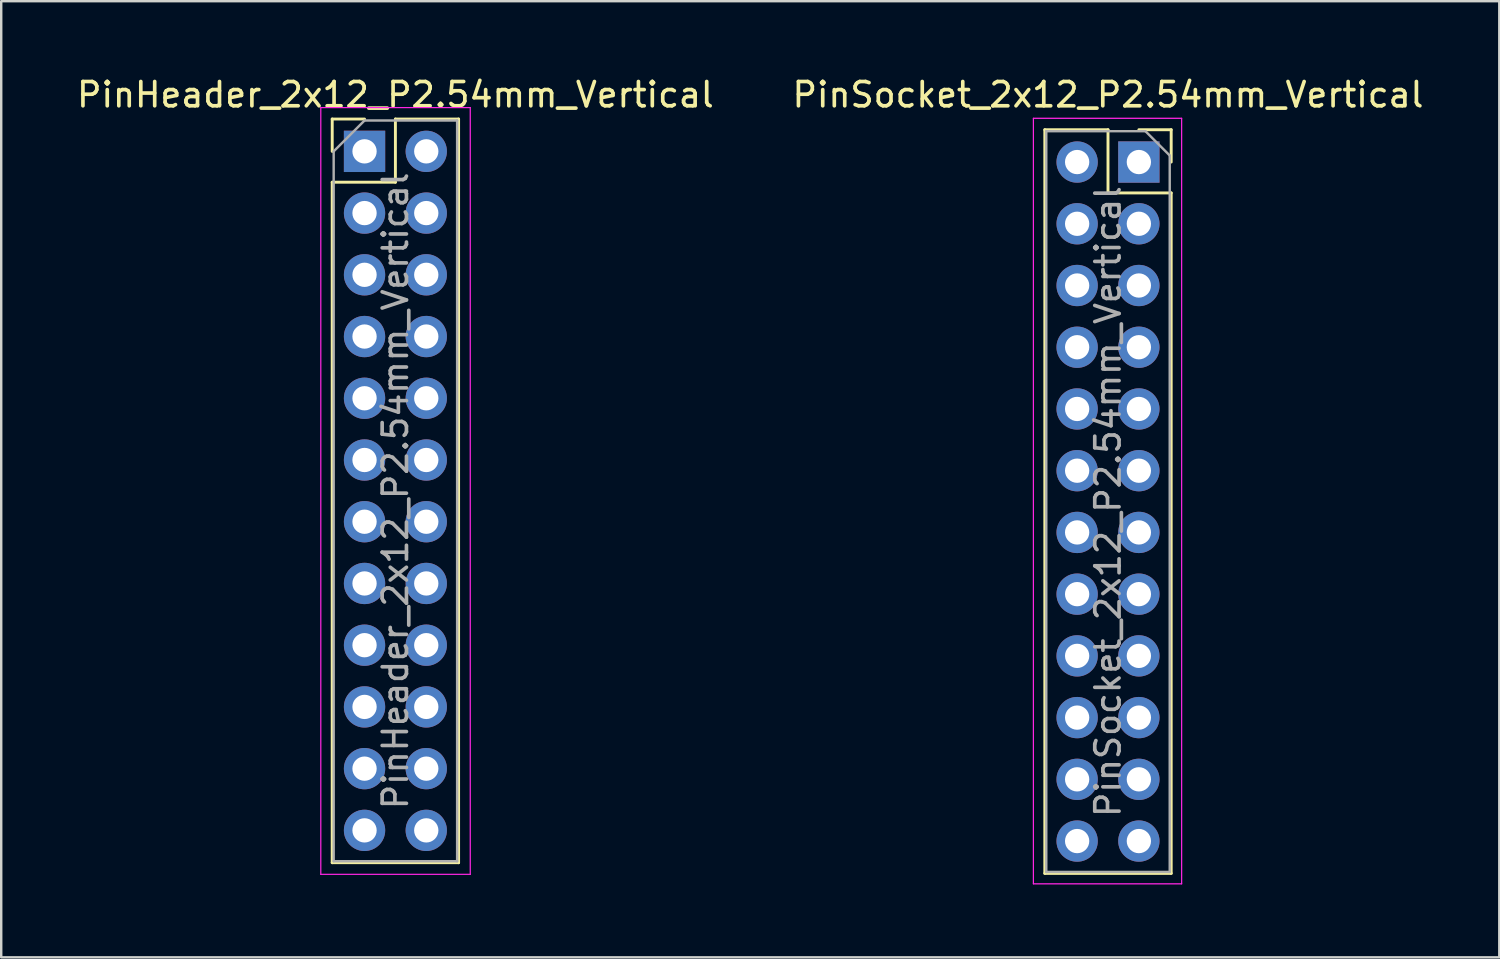
<source format=kicad_pcb>
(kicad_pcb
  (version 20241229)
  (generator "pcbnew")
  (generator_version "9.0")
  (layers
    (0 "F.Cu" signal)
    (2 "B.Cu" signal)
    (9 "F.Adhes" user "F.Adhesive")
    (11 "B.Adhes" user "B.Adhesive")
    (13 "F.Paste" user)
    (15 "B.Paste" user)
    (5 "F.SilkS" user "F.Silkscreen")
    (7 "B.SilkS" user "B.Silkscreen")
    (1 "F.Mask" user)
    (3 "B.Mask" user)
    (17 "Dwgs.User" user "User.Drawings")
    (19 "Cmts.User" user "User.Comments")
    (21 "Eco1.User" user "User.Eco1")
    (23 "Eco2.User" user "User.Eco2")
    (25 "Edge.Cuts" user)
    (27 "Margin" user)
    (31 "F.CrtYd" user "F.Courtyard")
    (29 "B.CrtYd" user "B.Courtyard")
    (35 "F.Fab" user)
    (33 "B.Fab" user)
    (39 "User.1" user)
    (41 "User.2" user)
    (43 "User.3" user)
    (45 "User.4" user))
  (footprint "PinSocket_2x12_P2.54mm_Vertical"
    (layer "F.Cu")
    (at 43.812 3.618)
    (property "Reference" "PinSocket_2x12_P2.54mm_Vertical" (at -1.27 -2.77 0) (layer "F.SilkS") (effects (font (size 1 1) (thickness 0.15))))
    (attr through_hole)
    (fp_line (start -3.87 -1.33) (end -3.87 29.27) (stroke (width 0.12) (type solid)) (layer "F.SilkS"))
    (fp_line (start -3.87 -1.33) (end -1.27 -1.33) (stroke (width 0.12) (type solid)) (layer "F.SilkS"))
    (fp_line (start -3.87 29.27) (end 1.33 29.27) (stroke (width 0.12) (type solid)) (layer "F.SilkS"))
    (fp_line (start -1.27 -1.33) (end -1.27 1.27) (stroke (width 0.12) (type solid)) (layer "F.SilkS"))
    (fp_line (start -1.27 1.27) (end 1.33 1.27) (stroke (width 0.12) (type solid)) (layer "F.SilkS"))
    (fp_line (start 0 -1.33) (end 1.33 -1.33) (stroke (width 0.12) (type solid)) (layer "F.SilkS"))
    (fp_line (start 1.33 -1.33) (end 1.33 0) (stroke (width 0.12) (type solid)) (layer "F.SilkS"))
    (fp_line (start 1.33 1.27) (end 1.33 29.27) (stroke (width 0.12) (type solid)) (layer "F.SilkS"))
    (fp_line (start -4.34 -1.8) (end 1.76 -1.8) (stroke (width 0.05) (type solid)) (layer "F.CrtYd"))
    (fp_line (start -4.34 29.7) (end -4.34 -1.8) (stroke (width 0.05) (type solid)) (layer "F.CrtYd"))
    (fp_line (start 1.76 -1.8) (end 1.76 29.7) (stroke (width 0.05) (type solid)) (layer "F.CrtYd"))
    (fp_line (start 1.76 29.7) (end -4.34 29.7) (stroke (width 0.05) (type solid)) (layer "F.CrtYd"))
    (fp_line (start -3.81 -1.27) (end 0.27 -1.27) (stroke (width 0.1) (type solid)) (layer "F.Fab"))
    (fp_line (start -3.81 29.21) (end -3.81 -1.27) (stroke (width 0.1) (type solid)) (layer "F.Fab"))
    (fp_line (start 0.27 -1.27) (end 1.27 -0.27) (stroke (width 0.1) (type solid)) (layer "F.Fab"))
    (fp_line (start 1.27 -0.27) (end 1.27 29.21) (stroke (width 0.1) (type solid)) (layer "F.Fab"))
    (fp_line (start 1.27 29.21) (end -3.81 29.21) (stroke (width 0.1) (type solid)) (layer "F.Fab"))
    (fp_text user "${REFERENCE}" (at -1.27 13.97 90) (layer "F.Fab") (effects (font (size 1 1) (thickness 0.15))))
    (pad "1" thru_hole rect (at 0 0) (size 1.7 1.7) (drill 1) (layers "*.Cu" "*.Mask"))
    (pad "2" thru_hole oval (at -2.54 0) (size 1.7 1.7) (drill 1) (layers "*.Cu" "*.Mask"))
    (pad "3" thru_hole oval (at 0 2.54) (size 1.7 1.7) (drill 1) (layers "*.Cu" "*.Mask"))
    (pad "4" thru_hole oval (at -2.54 2.54) (size 1.7 1.7) (drill 1) (layers "*.Cu" "*.Mask"))
    (pad "5" thru_hole oval (at 0 5.08) (size 1.7 1.7) (drill 1) (layers "*.Cu" "*.Mask"))
    (pad "6" thru_hole oval (at -2.54 5.08) (size 1.7 1.7) (drill 1) (layers "*.Cu" "*.Mask"))
    (pad "7" thru_hole oval (at 0 7.62) (size 1.7 1.7) (drill 1) (layers "*.Cu" "*.Mask"))
    (pad "8" thru_hole oval (at -2.54 7.62) (size 1.7 1.7) (drill 1) (layers "*.Cu" "*.Mask"))
    (pad "9" thru_hole oval (at 0 10.16) (size 1.7 1.7) (drill 1) (layers "*.Cu" "*.Mask"))
    (pad "10" thru_hole oval (at -2.54 10.16) (size 1.7 1.7) (drill 1) (layers "*.Cu" "*.Mask"))
    (pad "11" thru_hole oval (at 0 12.7) (size 1.7 1.7) (drill 1) (layers "*.Cu" "*.Mask"))
    (pad "12" thru_hole oval (at -2.54 12.7) (size 1.7 1.7) (drill 1) (layers "*.Cu" "*.Mask"))
    (pad "13" thru_hole oval (at 0 15.24) (size 1.7 1.7) (drill 1) (layers "*.Cu" "*.Mask"))
    (pad "14" thru_hole oval (at -2.54 15.24) (size 1.7 1.7) (drill 1) (layers "*.Cu" "*.Mask"))
    (pad "15" thru_hole oval (at 0 17.78) (size 1.7 1.7) (drill 1) (layers "*.Cu" "*.Mask"))
    (pad "16" thru_hole oval (at -2.54 17.78) (size 1.7 1.7) (drill 1) (layers "*.Cu" "*.Mask"))
    (pad "17" thru_hole oval (at 0 20.32) (size 1.7 1.7) (drill 1) (layers "*.Cu" "*.Mask"))
    (pad "18" thru_hole oval (at -2.54 20.32) (size 1.7 1.7) (drill 1) (layers "*.Cu" "*.Mask"))
    (pad "19" thru_hole oval (at 0 22.86) (size 1.7 1.7) (drill 1) (layers "*.Cu" "*.Mask"))
    (pad "20" thru_hole oval (at -2.54 22.86) (size 1.7 1.7) (drill 1) (layers "*.Cu" "*.Mask"))
    (pad "21" thru_hole oval (at 0 25.4) (size 1.7 1.7) (drill 1) (layers "*.Cu" "*.Mask"))
    (pad "22" thru_hole oval (at -2.54 25.4) (size 1.7 1.7) (drill 1) (layers "*.Cu" "*.Mask"))
    (pad "23" thru_hole oval (at 0 27.94) (size 1.7 1.7) (drill 1) (layers "*.Cu" "*.Mask"))
    (pad "24" thru_hole oval (at -2.54 27.94) (size 1.7 1.7) (drill 1) (layers "*.Cu" "*.Mask")))
  (footprint "PinHeader_2x12_P2.54mm_Vertical"
    (layer "F.Cu")
    (at 11.95 3.178)
    (property "Reference" "PinHeader_2x12_P2.54mm_Vertical" (at 1.27 -2.33 0) (layer "F.SilkS") (effects (font (size 1 1) (thickness 0.15))))
    (attr through_hole)
    (fp_line (start -1.33 -1.33) (end 0 -1.33) (stroke (width 0.12) (type solid)) (layer "F.SilkS"))
    (fp_line (start -1.33 0) (end -1.33 -1.33) (stroke (width 0.12) (type solid)) (layer "F.SilkS"))
    (fp_line (start -1.33 1.27) (end -1.33 29.27) (stroke (width 0.12) (type solid)) (layer "F.SilkS"))
    (fp_line (start -1.33 1.27) (end 1.27 1.27) (stroke (width 0.12) (type solid)) (layer "F.SilkS"))
    (fp_line (start -1.33 29.27) (end 3.87 29.27) (stroke (width 0.12) (type solid)) (layer "F.SilkS"))
    (fp_line (start 1.27 -1.33) (end 3.87 -1.33) (stroke (width 0.12) (type solid)) (layer "F.SilkS"))
    (fp_line (start 1.27 1.27) (end 1.27 -1.33) (stroke (width 0.12) (type solid)) (layer "F.SilkS"))
    (fp_line (start 3.87 -1.33) (end 3.87 29.27) (stroke (width 0.12) (type solid)) (layer "F.SilkS"))
    (fp_line (start -1.8 -1.8) (end -1.8 29.75) (stroke (width 0.05) (type solid)) (layer "F.CrtYd"))
    (fp_line (start -1.8 29.75) (end 4.35 29.75) (stroke (width 0.05) (type solid)) (layer "F.CrtYd"))
    (fp_line (start 4.35 -1.8) (end -1.8 -1.8) (stroke (width 0.05) (type solid)) (layer "F.CrtYd"))
    (fp_line (start 4.35 29.75) (end 4.35 -1.8) (stroke (width 0.05) (type solid)) (layer "F.CrtYd"))
    (fp_line (start -1.27 0) (end 0 -1.27) (stroke (width 0.1) (type solid)) (layer "F.Fab"))
    (fp_line (start -1.27 29.21) (end -1.27 0) (stroke (width 0.1) (type solid)) (layer "F.Fab"))
    (fp_line (start 0 -1.27) (end 3.81 -1.27) (stroke (width 0.1) (type solid)) (layer "F.Fab"))
    (fp_line (start 3.81 -1.27) (end 3.81 29.21) (stroke (width 0.1) (type solid)) (layer "F.Fab"))
    (fp_line (start 3.81 29.21) (end -1.27 29.21) (stroke (width 0.1) (type solid)) (layer "F.Fab"))
    (fp_text user "${REFERENCE}" (at 1.27 13.97 90) (layer "F.Fab") (effects (font (size 1 1) (thickness 0.15))))
    (pad "1" thru_hole rect (at 0 0) (size 1.7 1.7) (drill 1) (layers "*.Cu" "*.Mask"))
    (pad "2" thru_hole oval (at 2.54 0) (size 1.7 1.7) (drill 1) (layers "*.Cu" "*.Mask"))
    (pad "3" thru_hole oval (at 0 2.54) (size 1.7 1.7) (drill 1) (layers "*.Cu" "*.Mask"))
    (pad "4" thru_hole oval (at 2.54 2.54) (size 1.7 1.7) (drill 1) (layers "*.Cu" "*.Mask"))
    (pad "5" thru_hole oval (at 0 5.08) (size 1.7 1.7) (drill 1) (layers "*.Cu" "*.Mask"))
    (pad "6" thru_hole oval (at 2.54 5.08) (size 1.7 1.7) (drill 1) (layers "*.Cu" "*.Mask"))
    (pad "7" thru_hole oval (at 0 7.62) (size 1.7 1.7) (drill 1) (layers "*.Cu" "*.Mask"))
    (pad "8" thru_hole oval (at 2.54 7.62) (size 1.7 1.7) (drill 1) (layers "*.Cu" "*.Mask"))
    (pad "9" thru_hole oval (at 0 10.16) (size 1.7 1.7) (drill 1) (layers "*.Cu" "*.Mask"))
    (pad "10" thru_hole oval (at 2.54 10.16) (size 1.7 1.7) (drill 1) (layers "*.Cu" "*.Mask"))
    (pad "11" thru_hole oval (at 0 12.7) (size 1.7 1.7) (drill 1) (layers "*.Cu" "*.Mask"))
    (pad "12" thru_hole oval (at 2.54 12.7) (size 1.7 1.7) (drill 1) (layers "*.Cu" "*.Mask"))
    (pad "13" thru_hole oval (at 0 15.24) (size 1.7 1.7) (drill 1) (layers "*.Cu" "*.Mask"))
    (pad "14" thru_hole oval (at 2.54 15.24) (size 1.7 1.7) (drill 1) (layers "*.Cu" "*.Mask"))
    (pad "15" thru_hole oval (at 0 17.78) (size 1.7 1.7) (drill 1) (layers "*.Cu" "*.Mask"))
    (pad "16" thru_hole oval (at 2.54 17.78) (size 1.7 1.7) (drill 1) (layers "*.Cu" "*.Mask"))
    (pad "17" thru_hole oval (at 0 20.32) (size 1.7 1.7) (drill 1) (layers "*.Cu" "*.Mask"))
    (pad "18" thru_hole oval (at 2.54 20.32) (size 1.7 1.7) (drill 1) (layers "*.Cu" "*.Mask"))
    (pad "19" thru_hole oval (at 0 22.86) (size 1.7 1.7) (drill 1) (layers "*.Cu" "*.Mask"))
    (pad "20" thru_hole oval (at 2.54 22.86) (size 1.7 1.7) (drill 1) (layers "*.Cu" "*.Mask"))
    (pad "21" thru_hole oval (at 0 25.4) (size 1.7 1.7) (drill 1) (layers "*.Cu" "*.Mask"))
    (pad "22" thru_hole oval (at 2.54 25.4) (size 1.7 1.7) (drill 1) (layers "*.Cu" "*.Mask"))
    (pad "23" thru_hole oval (at 0 27.94) (size 1.7 1.7) (drill 1) (layers "*.Cu" "*.Mask"))
    (pad "24" thru_hole oval (at 2.54 27.94) (size 1.7 1.7) (drill 1) (layers "*.Cu" "*.Mask")))
  (gr_rect
    (start -3 -3)
    (end 58.643 36.343)
    (stroke (width 0.1) (type default))
    (fill no)
    (layer "Edge.Cuts")))
</source>
